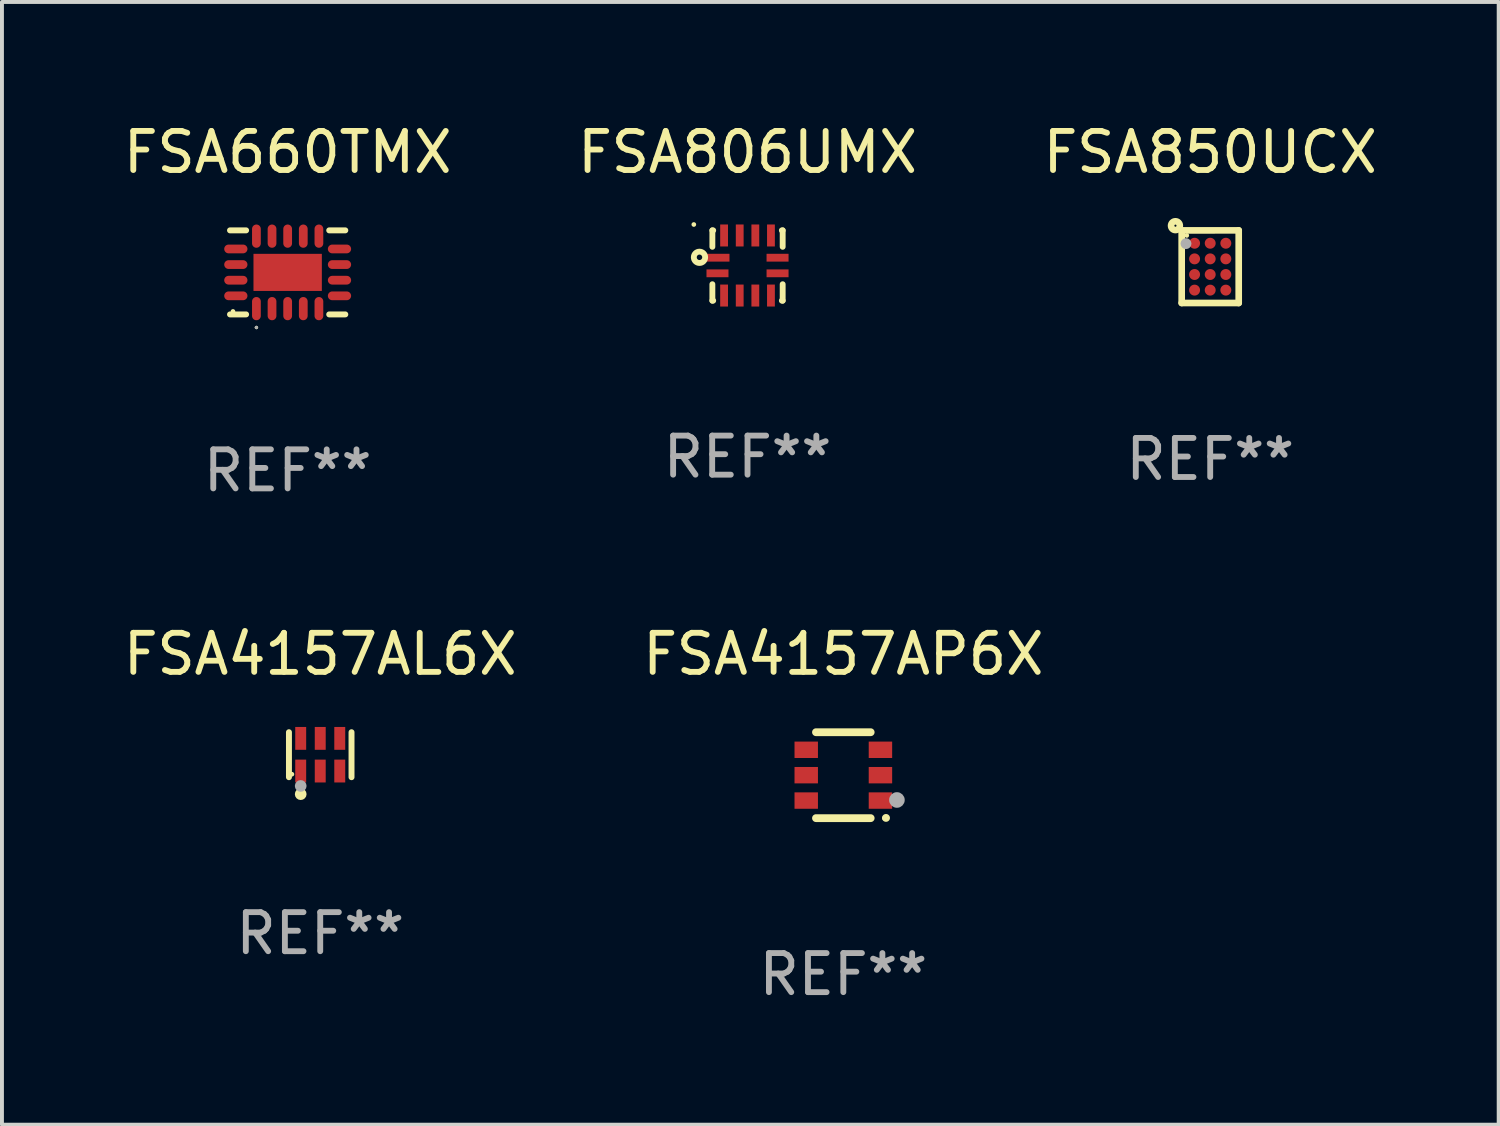
<source format=kicad_pcb>
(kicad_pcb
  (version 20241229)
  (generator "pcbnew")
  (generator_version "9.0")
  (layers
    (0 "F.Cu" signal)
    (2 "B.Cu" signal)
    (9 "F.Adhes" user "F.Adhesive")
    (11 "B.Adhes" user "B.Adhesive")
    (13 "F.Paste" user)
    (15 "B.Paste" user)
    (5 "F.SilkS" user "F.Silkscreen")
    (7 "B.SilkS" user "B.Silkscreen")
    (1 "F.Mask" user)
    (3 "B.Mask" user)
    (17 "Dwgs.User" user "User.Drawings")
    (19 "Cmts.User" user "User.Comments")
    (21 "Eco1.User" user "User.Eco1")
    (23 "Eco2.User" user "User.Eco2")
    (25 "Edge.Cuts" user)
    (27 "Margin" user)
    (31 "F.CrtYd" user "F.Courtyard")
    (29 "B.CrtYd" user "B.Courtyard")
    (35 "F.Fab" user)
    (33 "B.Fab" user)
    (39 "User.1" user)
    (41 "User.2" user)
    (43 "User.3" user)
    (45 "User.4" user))
  (footprint "FSA806UMX"
    (layer "F.Cu")
    (at 16.089 3.748)
    (property "Reference" "FSA806UMX" (at 0 -2.9 0) (layer "F.SilkS") (effects (font (size 1 1) (thickness 0.15))))
    (attr through_hole)
    (fp_line (start -0.9 -0.9) (end -0.9 -0.479) (stroke (width 0.15) (type solid)) (layer "F.SilkS"))
    (fp_line (start -0.9 0.479) (end -0.9 0.9) (stroke (width 0.15) (type solid)) (layer "F.SilkS"))
    (fp_line (start -0.9 0.9) (end -0.879 0.9) (stroke (width 0.15) (type solid)) (layer "F.SilkS"))
    (fp_line (start -0.879 -0.9) (end -0.9 -0.9) (stroke (width 0.15) (type solid)) (layer "F.SilkS"))
    (fp_line (start 0.879 0.9) (end 0.9 0.9) (stroke (width 0.15) (type solid)) (layer "F.SilkS"))
    (fp_line (start 0.9 -0.9) (end 0.879 -0.9) (stroke (width 0.15) (type solid)) (layer "F.SilkS"))
    (fp_line (start 0.9 -0.479) (end 0.9 -0.9) (stroke (width 0.15) (type solid)) (layer "F.SilkS"))
    (fp_line (start 0.9 0.9) (end 0.9 0.479) (stroke (width 0.15) (type solid)) (layer "F.SilkS"))
    (fp_circle (center -1.375 -1.05) (end -1.345 -1.05) (stroke (width 0.06) (type solid)) (fill no) (layer "F.SilkS"))
    (fp_circle (center -1.23 -0.21) (end -1.16 -0.21) (stroke (width 0.15) (type solid)) (fill no) (layer "F.SilkS"))
    (fp_text user "REF**" (at 0 4.9 0) (layer "F.Fab") (effects (font (size 1 1) (thickness 0.15))))
    (pad "1" smd rect (at -0.756 -0.2) (size 0.588 0.2) (layers "F.Cu" "F.Mask" "F.Paste"))
    (pad "2" smd rect (at -0.769 0.2) (size 0.563 0.2) (layers "F.Cu" "F.Mask" "F.Paste"))
    (pad "3" smd rect (at -0.6 0.769 90) (size 0.563 0.2) (layers "F.Cu" "F.Mask" "F.Paste"))
    (pad "4" smd rect (at -0.2 0.769 90) (size 0.563 0.2) (layers "F.Cu" "F.Mask" "F.Paste"))
    (pad "5" smd rect (at 0.2 0.769 90) (size 0.563 0.2) (layers "F.Cu" "F.Mask" "F.Paste"))
    (pad "6" smd rect (at 0.6 0.769 90) (size 0.563 0.2) (layers "F.Cu" "F.Mask" "F.Paste"))
    (pad "7" smd rect (at 0.769 0.2 180) (size 0.563 0.2) (layers "F.Cu" "F.Mask" "F.Paste"))
    (pad "8" smd rect (at 0.769 -0.2 180) (size 0.563 0.2) (layers "F.Cu" "F.Mask" "F.Paste"))
    (pad "9" smd rect (at 0.6 -0.769 270) (size 0.563 0.2) (layers "F.Cu" "F.Mask" "F.Paste"))
    (pad "10" smd rect (at 0.2 -0.769 270) (size 0.563 0.2) (layers "F.Cu" "F.Mask" "F.Paste"))
    (pad "11" smd rect (at -0.2 -0.769 270) (size 0.563 0.2) (layers "F.Cu" "F.Mask" "F.Paste"))
    (pad "12" smd rect (at -0.6 -0.769 270) (size 0.563 0.2) (layers "F.Cu" "F.Mask" "F.Paste")))
  (footprint "FSA4157AL6X"
    (layer "F.Cu")
    (at 5.149 16.273)
    (property "Reference" "FSA4157AL6X" (at 0 -2.576 0) (layer "F.SilkS") (effects (font (size 1 1) (thickness 0.15))))
    (attr through_hole)
    (fp_line (start -0.801 0.576) (end -0.801 -0.576) (stroke (width 0.152) (type solid)) (layer "F.SilkS"))
    (fp_line (start 0.801 0.576) (end 0.801 -0.576) (stroke (width 0.152) (type solid)) (layer "F.SilkS"))
    (fp_circle (center -0.725 0.5) (end -0.695 0.5) (stroke (width 0.06) (type solid)) (fill no) (layer "F.SilkS"))
    (fp_circle (center -0.5 1.01) (end -0.425 1.01) (stroke (width 0.15) (type solid)) (fill no) (layer "F.SilkS"))
    (fp_circle (center -0.5 0.8) (end -0.425 0.8) (stroke (width 0.15) (type solid)) (fill no) (layer "F.Fab"))
    (fp_text user "REF**" (at 0 4.576 0) (layer "F.Fab") (effects (font (size 1 1) (thickness 0.15))))
    (pad "1" smd rect (at -0.5 0.418) (size 0.28 0.585) (layers "F.Cu" "F.Mask" "F.Paste"))
    (pad "2" smd rect (at 0 0.418) (size 0.28 0.585) (layers "F.Cu" "F.Mask" "F.Paste"))
    (pad "3" smd rect (at 0.5 0.418) (size 0.28 0.585) (layers "F.Cu" "F.Mask" "F.Paste"))
    (pad "4" smd rect (at 0.5 -0.418) (size 0.28 0.585) (layers "F.Cu" "F.Mask" "F.Paste"))
    (pad "5" smd rect (at 0 -0.418) (size 0.28 0.585) (layers "F.Cu" "F.Mask" "F.Paste"))
    (pad "6" smd rect (at -0.5 -0.418) (size 0.28 0.585) (layers "F.Cu" "F.Mask" "F.Paste")))
  (footprint "FSA850UCX"
    (layer "F.Cu")
    (at 27.935 3.778)
    (property "Reference" "FSA850UCX" (at 0 -2.93 0) (layer "F.SilkS") (effects (font (size 1 1) (thickness 0.15))))
    (attr through_hole)
    (fp_line (start -0.73 -0.929) (end 0.73 -0.93) (stroke (width 0.17) (type solid)) (layer "F.SilkS"))
    (fp_line (start -0.73 0.93) (end -0.73 -0.929) (stroke (width 0.17) (type solid)) (layer "F.SilkS"))
    (fp_line (start 0.73 -0.93) (end 0.73 0.93) (stroke (width 0.17) (type solid)) (layer "F.SilkS"))
    (fp_line (start 0.73 0.93) (end -0.73 0.93) (stroke (width 0.17) (type solid)) (layer "F.SilkS"))
    (fp_circle (center -0.89 -1.05) (end -0.778 -1.05) (stroke (width 0.17) (type solid)) (fill no) (layer "F.SilkS"))
    (fp_circle (center -0.6 -0.8) (end -0.57 -0.8) (stroke (width 0.06) (type solid)) (fill no) (layer "F.SilkS"))
    (fp_circle (center -0.62 -0.59) (end -0.55 -0.59) (stroke (width 0.14) (type solid)) (fill no) (layer "F.Fab"))
    (fp_text user "REF**" (at 0 4.93 0) (layer "F.Fab") (effects (font (size 1 1) (thickness 0.15))))
    (pad "A1" smd circle (at -0.4 -0.6) (size 0.28 0.28) (layers "F.Cu" "F.Mask" "F.Paste"))
    (pad "A2" smd circle (at 0.000102 -0.6) (size 0.28 0.28) (layers "F.Cu" "F.Mask" "F.Paste"))
    (pad "A3" smd circle (at 0.4 -0.6) (size 0.28 0.28) (layers "F.Cu" "F.Mask" "F.Paste"))
    (pad "B1" smd circle (at -0.4 -0.2) (size 0.28 0.28) (layers "F.Cu" "F.Mask" "F.Paste"))
    (pad "B2" smd circle (at 0.000102 -0.2) (size 0.28 0.28) (layers "F.Cu" "F.Mask" "F.Paste"))
    (pad "B3" smd circle (at 0.4 -0.2) (size 0.28 0.28) (layers "F.Cu" "F.Mask" "F.Paste"))
    (pad "C1" smd circle (at -0.4 0.2) (size 0.28 0.28) (layers "F.Cu" "F.Mask" "F.Paste"))
    (pad "C2" smd circle (at 0.000102 0.2) (size 0.28 0.28) (layers "F.Cu" "F.Mask" "F.Paste"))
    (pad "C3" smd circle (at 0.4 0.2) (size 0.28 0.28) (layers "F.Cu" "F.Mask" "F.Paste"))
    (pad "D1" smd circle (at -0.4 0.6) (size 0.28 0.28) (layers "F.Cu" "F.Mask" "F.Paste"))
    (pad "D2" smd circle (at 0.000102 0.6) (size 0.28 0.28) (layers "F.Cu" "F.Mask" "F.Paste"))
    (pad "D3" smd circle (at 0.4 0.6) (size 0.28 0.28) (layers "F.Cu" "F.Mask" "F.Paste")))
  (footprint "FSA4157AP6X"
    (layer "F.Cu")
    (at 18.542 16.797)
    (property "Reference" "FSA4157AP6X" (at 0 -3.1 0) (layer "F.SilkS") (effects (font (size 1 1) (thickness 0.15))))
    (attr through_hole)
    (fp_line (start -0.7 -1.1) (end 0.7 -1.1) (stroke (width 0.2) (type solid)) (layer "F.SilkS"))
    (fp_line (start -0.7 1.1) (end 0.7 1.1) (stroke (width 0.2) (type solid)) (layer "F.SilkS"))
    (fp_arc (start 1.090932 1.094209) (mid 1.092202 1.094203) (end 1.093472 1.094209) (stroke (width 0.2) (type solid)) (layer "F.SilkS"))
    (fp_circle (center 1.053 1.1) (end 1.083 1.1) (stroke (width 0.06) (type solid)) (fill no) (layer "F.SilkS"))
    (fp_circle (center 1.372 0.635) (end 1.472 0.635) (stroke (width 0.2) (type solid)) (fill no) (layer "F.Fab"))
    (fp_text user "REF**" (at 0 5.1 0) (layer "F.Fab") (effects (font (size 1 1) (thickness 0.15))))
    (pad "1" smd rect (at 0.95 0.65 90) (size 0.42 0.6) (layers "F.Cu" "F.Mask" "F.Paste"))
    (pad "2" smd rect (at 0.95 0 90) (size 0.42 0.6) (layers "F.Cu" "F.Mask" "F.Paste"))
    (pad "3" smd rect (at 0.95 -0.65 90) (size 0.42 0.6) (layers "F.Cu" "F.Mask" "F.Paste"))
    (pad "4" smd rect (at -0.95 -0.65 270) (size 0.42 0.6) (layers "F.Cu" "F.Mask" "F.Paste"))
    (pad "5" smd rect (at -0.95 0 270) (size 0.42 0.6) (layers "F.Cu" "F.Mask" "F.Paste"))
    (pad "6" smd rect (at -0.95 0.65 270) (size 0.42 0.6) (layers "F.Cu" "F.Mask" "F.Paste")))
  (footprint "FSA660TMX"
    (layer "F.Cu")
    (at 4.315 3.924)
    (property "Reference" "FSA660TMX" (at 0 -3.076 0) (layer "F.SilkS") (effects (font (size 1 1) (thickness 0.15))))
    (attr through_hole)
    (fp_line (start -1.476 -1.076) (end -1.064 -1.076) (stroke (width 0.152) (type solid)) (layer "F.SilkS"))
    (fp_line (start -1.476 1.076) (end -1.064 1.076) (stroke (width 0.152) (type solid)) (layer "F.SilkS"))
    (fp_line (start 1.476 -1.076) (end 1.064 -1.076) (stroke (width 0.152) (type solid)) (layer "F.SilkS"))
    (fp_line (start 1.476 1.076) (end 1.064 1.076) (stroke (width 0.152) (type solid)) (layer "F.SilkS"))
    (fp_circle (center -1.4 1) (end -1.37 1) (stroke (width 0.06) (type solid)) (fill no) (layer "F.SilkS"))
    (fp_circle (center -0.8 1.411) (end -0.777 1.411) (stroke (width 0.045) (type solid)) (fill no) (layer "F.SilkS"))
    (fp_circle (center -0.8 1.411) (end -0.777 1.411) (stroke (width 0.045) (type solid)) (fill no) (layer "F.Fab"))
    (fp_text user "REF**" (at 0 5.076 0) (layer "F.Fab") (effects (font (size 1 1) (thickness 0.15))))
    (pad "1" smd oval (at -0.8 0.928) (size 0.224 0.595) (layers "F.Cu" "F.Mask" "F.Paste"))
    (pad "2" smd oval (at -0.4 0.928) (size 0.224 0.595) (layers "F.Cu" "F.Mask" "F.Paste"))
    (pad "3" smd oval (at 0 0.928) (size 0.224 0.595) (layers "F.Cu" "F.Mask" "F.Paste"))
    (pad "4" smd oval (at 0.4 0.928) (size 0.224 0.595) (layers "F.Cu" "F.Mask" "F.Paste"))
    (pad "5" smd oval (at 0.8 0.928) (size 0.224 0.595) (layers "F.Cu" "F.Mask" "F.Paste"))
    (pad "6" smd oval (at 1.327 0.6) (size 0.595 0.224) (layers "F.Cu" "F.Mask" "F.Paste"))
    (pad "7" smd oval (at 1.327 0.2) (size 0.595 0.224) (layers "F.Cu" "F.Mask" "F.Paste"))
    (pad "8" smd oval (at 1.327 -0.2) (size 0.595 0.224) (layers "F.Cu" "F.Mask" "F.Paste"))
    (pad "9" smd oval (at 1.327 -0.6) (size 0.595 0.224) (layers "F.Cu" "F.Mask" "F.Paste"))
    (pad "10" smd oval (at 0.8 -0.928) (size 0.224 0.595) (layers "F.Cu" "F.Mask" "F.Paste"))
    (pad "11" smd oval (at 0.4 -0.928) (size 0.224 0.595) (layers "F.Cu" "F.Mask" "F.Paste"))
    (pad "12" smd oval (at 0 -0.928) (size 0.224 0.595) (layers "F.Cu" "F.Mask" "F.Paste"))
    (pad "13" smd oval (at -0.4 -0.928) (size 0.224 0.595) (layers "F.Cu" "F.Mask" "F.Paste"))
    (pad "14" smd oval (at -0.8 -0.928) (size 0.224 0.595) (layers "F.Cu" "F.Mask" "F.Paste"))
    (pad "15" smd oval (at -1.327 -0.6) (size 0.595 0.224) (layers "F.Cu" "F.Mask" "F.Paste"))
    (pad "16" smd oval (at -1.327 -0.2) (size 0.595 0.224) (layers "F.Cu" "F.Mask" "F.Paste"))
    (pad "17" smd oval (at -1.327 0.2) (size 0.595 0.224) (layers "F.Cu" "F.Mask" "F.Paste"))
    (pad "18" smd oval (at -1.327 0.6) (size 0.595 0.224) (layers "F.Cu" "F.Mask" "F.Paste"))
    (pad "19" smd rect (at 0 0) (size 1.75 0.95) (layers "F.Cu" "F.Mask" "F.Paste")))
  (gr_rect
    (start -3 -3)
    (end 35.321 25.745)
    (stroke (width 0.1) (type default))
    (fill no)
    (layer "Edge.Cuts")))
</source>
